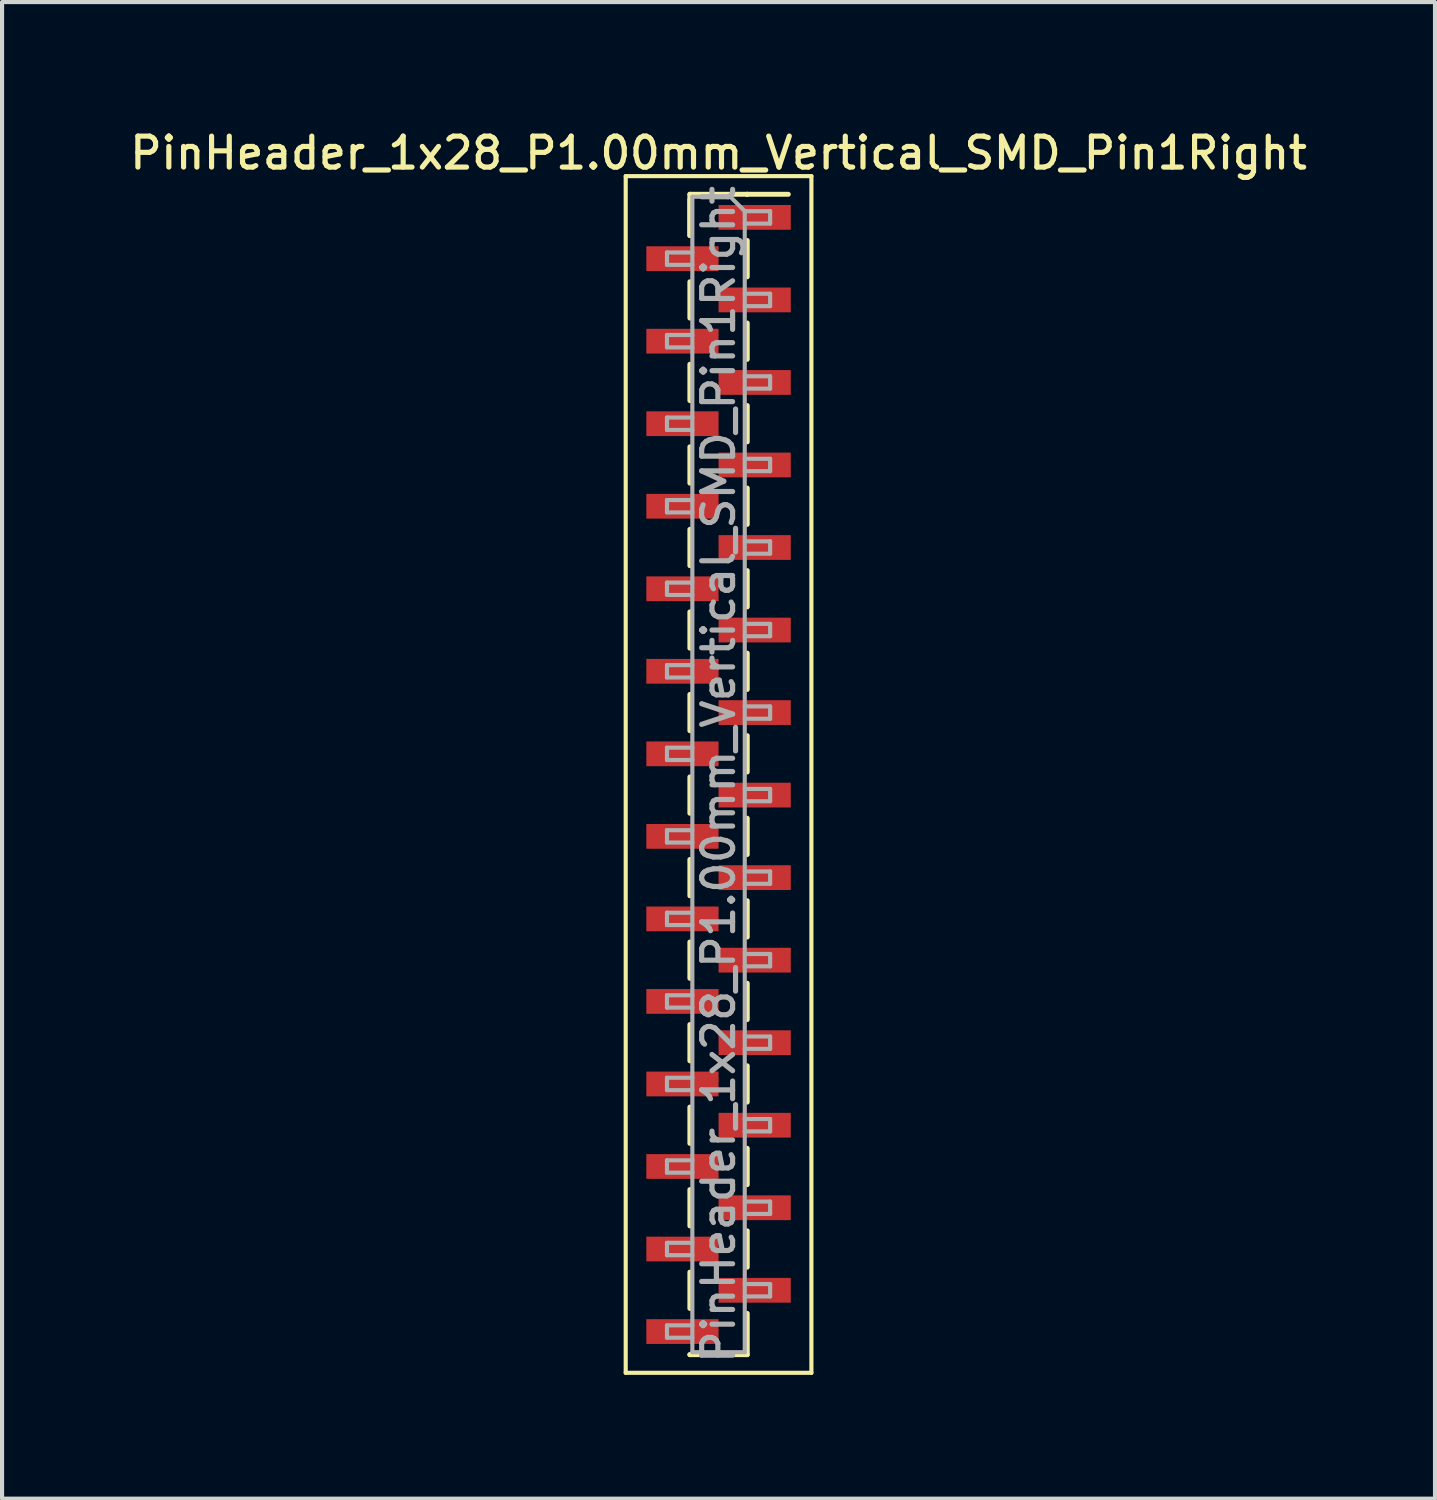
<source format=kicad_pcb>
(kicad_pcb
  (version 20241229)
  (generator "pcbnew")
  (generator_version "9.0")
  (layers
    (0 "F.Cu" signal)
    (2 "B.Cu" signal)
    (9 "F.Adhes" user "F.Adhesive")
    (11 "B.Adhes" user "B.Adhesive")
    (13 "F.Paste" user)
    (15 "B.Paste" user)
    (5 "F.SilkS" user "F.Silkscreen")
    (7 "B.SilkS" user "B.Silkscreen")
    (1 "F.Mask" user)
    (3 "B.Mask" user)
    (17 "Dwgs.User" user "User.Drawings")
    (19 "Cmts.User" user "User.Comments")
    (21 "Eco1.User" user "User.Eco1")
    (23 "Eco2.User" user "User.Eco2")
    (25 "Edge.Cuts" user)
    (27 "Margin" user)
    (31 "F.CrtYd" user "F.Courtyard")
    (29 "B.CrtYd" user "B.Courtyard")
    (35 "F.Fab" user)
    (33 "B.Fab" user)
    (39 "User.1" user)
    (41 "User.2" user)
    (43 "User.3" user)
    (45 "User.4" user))
  (footprint "PinHeader_1x28_P1.00mm_Vertical_SMD_Pin1Right"
    (layer "F.Cu")
    (at 14.363 15.718)
    (property "Reference" "PinHeader_1x28_P1.00mm_Vertical_SMD_Pin1Right" (at 0 -15.06 0) (layer "F.SilkS") (effects (font (size 0.75 0.75) (thickness 0.125))))
    (attr smd)
    (fp_line (start -2.25 -14.5) (end -2.25 14.5) (stroke (width 0.1) (type solid)) (layer "F.SilkS"))
    (fp_line (start -2.25 14.5) (end 2.25 14.5) (stroke (width 0.1) (type solid)) (layer "F.SilkS"))
    (fp_line (start -0.695 -14.06) (end -0.695 -13.06) (stroke (width 0.12) (type solid)) (layer "F.SilkS"))
    (fp_line (start -0.695 -14.06) (end 0.695 -14.06) (stroke (width 0.12) (type solid)) (layer "F.SilkS"))
    (fp_line (start -0.695 -13.94) (end -0.695 -13.06) (stroke (width 0.12) (type solid)) (layer "F.SilkS"))
    (fp_line (start -0.695 -11.94) (end -0.695 -11.06) (stroke (width 0.12) (type solid)) (layer "F.SilkS"))
    (fp_line (start -0.695 -9.94) (end -0.695 -9.06) (stroke (width 0.12) (type solid)) (layer "F.SilkS"))
    (fp_line (start -0.695 -7.94) (end -0.695 -7.06) (stroke (width 0.12) (type solid)) (layer "F.SilkS"))
    (fp_line (start -0.695 -5.94) (end -0.695 -5.06) (stroke (width 0.12) (type solid)) (layer "F.SilkS"))
    (fp_line (start -0.695 -3.94) (end -0.695 -3.06) (stroke (width 0.12) (type solid)) (layer "F.SilkS"))
    (fp_line (start -0.695 -1.94) (end -0.695 -1.06) (stroke (width 0.12) (type solid)) (layer "F.SilkS"))
    (fp_line (start -0.695 0.06) (end -0.695 0.94) (stroke (width 0.12) (type solid)) (layer "F.SilkS"))
    (fp_line (start -0.695 2.06) (end -0.695 2.94) (stroke (width 0.12) (type solid)) (layer "F.SilkS"))
    (fp_line (start -0.695 4.06) (end -0.695 4.94) (stroke (width 0.12) (type solid)) (layer "F.SilkS"))
    (fp_line (start -0.695 6.06) (end -0.695 6.94) (stroke (width 0.12) (type solid)) (layer "F.SilkS"))
    (fp_line (start -0.695 8.06) (end -0.695 8.94) (stroke (width 0.12) (type solid)) (layer "F.SilkS"))
    (fp_line (start -0.695 10.06) (end -0.695 10.94) (stroke (width 0.12) (type solid)) (layer "F.SilkS"))
    (fp_line (start -0.695 12.06) (end -0.695 12.94) (stroke (width 0.12) (type solid)) (layer "F.SilkS"))
    (fp_line (start -0.695 14.06) (end -0.695 14.06) (stroke (width 0.12) (type solid)) (layer "F.SilkS"))
    (fp_line (start -0.695 14.06) (end 0.695 14.06) (stroke (width 0.12) (type solid)) (layer "F.SilkS"))
    (fp_line (start 0.695 -14.06) (end 0.695 -14.06) (stroke (width 0.12) (type solid)) (layer "F.SilkS"))
    (fp_line (start 0.695 -14.06) (end 1.69 -14.06) (stroke (width 0.12) (type solid)) (layer "F.SilkS"))
    (fp_line (start 0.695 -12.94) (end 0.695 -12.06) (stroke (width 0.12) (type solid)) (layer "F.SilkS"))
    (fp_line (start 0.695 -10.94) (end 0.695 -10.06) (stroke (width 0.12) (type solid)) (layer "F.SilkS"))
    (fp_line (start 0.695 -8.94) (end 0.695 -8.06) (stroke (width 0.12) (type solid)) (layer "F.SilkS"))
    (fp_line (start 0.695 -6.94) (end 0.695 -6.06) (stroke (width 0.12) (type solid)) (layer "F.SilkS"))
    (fp_line (start 0.695 -4.94) (end 0.695 -4.06) (stroke (width 0.12) (type solid)) (layer "F.SilkS"))
    (fp_line (start 0.695 -2.94) (end 0.695 -2.06) (stroke (width 0.12) (type solid)) (layer "F.SilkS"))
    (fp_line (start 0.695 -0.94) (end 0.695 -0.06) (stroke (width 0.12) (type solid)) (layer "F.SilkS"))
    (fp_line (start 0.695 1.06) (end 0.695 1.94) (stroke (width 0.12) (type solid)) (layer "F.SilkS"))
    (fp_line (start 0.695 3.06) (end 0.695 3.94) (stroke (width 0.12) (type solid)) (layer "F.SilkS"))
    (fp_line (start 0.695 5.06) (end 0.695 5.94) (stroke (width 0.12) (type solid)) (layer "F.SilkS"))
    (fp_line (start 0.695 7.06) (end 0.695 7.94) (stroke (width 0.12) (type solid)) (layer "F.SilkS"))
    (fp_line (start 0.695 9.06) (end 0.695 9.94) (stroke (width 0.12) (type solid)) (layer "F.SilkS"))
    (fp_line (start 0.695 11.06) (end 0.695 11.94) (stroke (width 0.12) (type solid)) (layer "F.SilkS"))
    (fp_line (start 0.695 13.06) (end 0.695 14.06) (stroke (width 0.12) (type solid)) (layer "F.SilkS"))
    (fp_line (start 2.25 -14.5) (end -2.25 -14.5) (stroke (width 0.1) (type solid)) (layer "F.SilkS"))
    (fp_line (start 2.25 14.5) (end 2.25 -14.5) (stroke (width 0.1) (type solid)) (layer "F.SilkS"))
    (fp_line (start -1.25 -12.65) (end -1.25 -12.35) (stroke (width 0.1) (type solid)) (layer "F.Fab"))
    (fp_line (start -1.25 -12.35) (end -0.635 -12.35) (stroke (width 0.1) (type solid)) (layer "F.Fab"))
    (fp_line (start -1.25 -10.65) (end -1.25 -10.35) (stroke (width 0.1) (type solid)) (layer "F.Fab"))
    (fp_line (start -1.25 -10.35) (end -0.635 -10.35) (stroke (width 0.1) (type solid)) (layer "F.Fab"))
    (fp_line (start -1.25 -8.65) (end -1.25 -8.35) (stroke (width 0.1) (type solid)) (layer "F.Fab"))
    (fp_line (start -1.25 -8.35) (end -0.635 -8.35) (stroke (width 0.1) (type solid)) (layer "F.Fab"))
    (fp_line (start -1.25 -6.65) (end -1.25 -6.35) (stroke (width 0.1) (type solid)) (layer "F.Fab"))
    (fp_line (start -1.25 -6.35) (end -0.635 -6.35) (stroke (width 0.1) (type solid)) (layer "F.Fab"))
    (fp_line (start -1.25 -4.65) (end -1.25 -4.35) (stroke (width 0.1) (type solid)) (layer "F.Fab"))
    (fp_line (start -1.25 -4.35) (end -0.635 -4.35) (stroke (width 0.1) (type solid)) (layer "F.Fab"))
    (fp_line (start -1.25 -2.65) (end -1.25 -2.35) (stroke (width 0.1) (type solid)) (layer "F.Fab"))
    (fp_line (start -1.25 -2.35) (end -0.635 -2.35) (stroke (width 0.1) (type solid)) (layer "F.Fab"))
    (fp_line (start -1.25 -0.65) (end -1.25 -0.35) (stroke (width 0.1) (type solid)) (layer "F.Fab"))
    (fp_line (start -1.25 -0.35) (end -0.635 -0.35) (stroke (width 0.1) (type solid)) (layer "F.Fab"))
    (fp_line (start -1.25 1.35) (end -1.25 1.65) (stroke (width 0.1) (type solid)) (layer "F.Fab"))
    (fp_line (start -1.25 1.65) (end -0.635 1.65) (stroke (width 0.1) (type solid)) (layer "F.Fab"))
    (fp_line (start -1.25 3.35) (end -1.25 3.65) (stroke (width 0.1) (type solid)) (layer "F.Fab"))
    (fp_line (start -1.25 3.65) (end -0.635 3.65) (stroke (width 0.1) (type solid)) (layer "F.Fab"))
    (fp_line (start -1.25 5.35) (end -1.25 5.65) (stroke (width 0.1) (type solid)) (layer "F.Fab"))
    (fp_line (start -1.25 5.65) (end -0.635 5.65) (stroke (width 0.1) (type solid)) (layer "F.Fab"))
    (fp_line (start -1.25 7.35) (end -1.25 7.65) (stroke (width 0.1) (type solid)) (layer "F.Fab"))
    (fp_line (start -1.25 7.65) (end -0.635 7.65) (stroke (width 0.1) (type solid)) (layer "F.Fab"))
    (fp_line (start -1.25 9.35) (end -1.25 9.65) (stroke (width 0.1) (type solid)) (layer "F.Fab"))
    (fp_line (start -1.25 9.65) (end -0.635 9.65) (stroke (width 0.1) (type solid)) (layer "F.Fab"))
    (fp_line (start -1.25 11.35) (end -1.25 11.65) (stroke (width 0.1) (type solid)) (layer "F.Fab"))
    (fp_line (start -1.25 11.65) (end -0.635 11.65) (stroke (width 0.1) (type solid)) (layer "F.Fab"))
    (fp_line (start -1.25 13.35) (end -1.25 13.65) (stroke (width 0.1) (type solid)) (layer "F.Fab"))
    (fp_line (start -1.25 13.65) (end -0.635 13.65) (stroke (width 0.1) (type solid)) (layer "F.Fab"))
    (fp_line (start -0.635 -14) (end -0.635 14) (stroke (width 0.1) (type solid)) (layer "F.Fab"))
    (fp_line (start -0.635 -14) (end 0.285 -14) (stroke (width 0.1) (type solid)) (layer "F.Fab"))
    (fp_line (start -0.635 -12.65) (end -1.25 -12.65) (stroke (width 0.1) (type solid)) (layer "F.Fab"))
    (fp_line (start -0.635 -10.65) (end -1.25 -10.65) (stroke (width 0.1) (type solid)) (layer "F.Fab"))
    (fp_line (start -0.635 -8.65) (end -1.25 -8.65) (stroke (width 0.1) (type solid)) (layer "F.Fab"))
    (fp_line (start -0.635 -6.65) (end -1.25 -6.65) (stroke (width 0.1) (type solid)) (layer "F.Fab"))
    (fp_line (start -0.635 -4.65) (end -1.25 -4.65) (stroke (width 0.1) (type solid)) (layer "F.Fab"))
    (fp_line (start -0.635 -2.65) (end -1.25 -2.65) (stroke (width 0.1) (type solid)) (layer "F.Fab"))
    (fp_line (start -0.635 -0.65) (end -1.25 -0.65) (stroke (width 0.1) (type solid)) (layer "F.Fab"))
    (fp_line (start -0.635 1.35) (end -1.25 1.35) (stroke (width 0.1) (type solid)) (layer "F.Fab"))
    (fp_line (start -0.635 3.35) (end -1.25 3.35) (stroke (width 0.1) (type solid)) (layer "F.Fab"))
    (fp_line (start -0.635 5.35) (end -1.25 5.35) (stroke (width 0.1) (type solid)) (layer "F.Fab"))
    (fp_line (start -0.635 7.35) (end -1.25 7.35) (stroke (width 0.1) (type solid)) (layer "F.Fab"))
    (fp_line (start -0.635 9.35) (end -1.25 9.35) (stroke (width 0.1) (type solid)) (layer "F.Fab"))
    (fp_line (start -0.635 11.35) (end -1.25 11.35) (stroke (width 0.1) (type solid)) (layer "F.Fab"))
    (fp_line (start -0.635 13.35) (end -1.25 13.35) (stroke (width 0.1) (type solid)) (layer "F.Fab"))
    (fp_line (start 0.635 -13.65) (end 0.285 -14) (stroke (width 0.1) (type solid)) (layer "F.Fab"))
    (fp_line (start 0.635 -13.65) (end 1.25 -13.65) (stroke (width 0.1) (type solid)) (layer "F.Fab"))
    (fp_line (start 0.635 -11.65) (end 1.25 -11.65) (stroke (width 0.1) (type solid)) (layer "F.Fab"))
    (fp_line (start 0.635 -9.65) (end 1.25 -9.65) (stroke (width 0.1) (type solid)) (layer "F.Fab"))
    (fp_line (start 0.635 -7.65) (end 1.25 -7.65) (stroke (width 0.1) (type solid)) (layer "F.Fab"))
    (fp_line (start 0.635 -5.65) (end 1.25 -5.65) (stroke (width 0.1) (type solid)) (layer "F.Fab"))
    (fp_line (start 0.635 -3.65) (end 1.25 -3.65) (stroke (width 0.1) (type solid)) (layer "F.Fab"))
    (fp_line (start 0.635 -1.65) (end 1.25 -1.65) (stroke (width 0.1) (type solid)) (layer "F.Fab"))
    (fp_line (start 0.635 0.35) (end 1.25 0.35) (stroke (width 0.1) (type solid)) (layer "F.Fab"))
    (fp_line (start 0.635 2.35) (end 1.25 2.35) (stroke (width 0.1) (type solid)) (layer "F.Fab"))
    (fp_line (start 0.635 4.35) (end 1.25 4.35) (stroke (width 0.1) (type solid)) (layer "F.Fab"))
    (fp_line (start 0.635 6.35) (end 1.25 6.35) (stroke (width 0.1) (type solid)) (layer "F.Fab"))
    (fp_line (start 0.635 8.35) (end 1.25 8.35) (stroke (width 0.1) (type solid)) (layer "F.Fab"))
    (fp_line (start 0.635 10.35) (end 1.25 10.35) (stroke (width 0.1) (type solid)) (layer "F.Fab"))
    (fp_line (start 0.635 12.35) (end 1.25 12.35) (stroke (width 0.1) (type solid)) (layer "F.Fab"))
    (fp_line (start 0.635 14) (end -0.635 14) (stroke (width 0.1) (type solid)) (layer "F.Fab"))
    (fp_line (start 0.635 14) (end 0.635 -13.65) (stroke (width 0.1) (type solid)) (layer "F.Fab"))
    (fp_line (start 1.25 -13.65) (end 1.25 -13.35) (stroke (width 0.1) (type solid)) (layer "F.Fab"))
    (fp_line (start 1.25 -13.35) (end 0.635 -13.35) (stroke (width 0.1) (type solid)) (layer "F.Fab"))
    (fp_line (start 1.25 -11.65) (end 1.25 -11.35) (stroke (width 0.1) (type solid)) (layer "F.Fab"))
    (fp_line (start 1.25 -11.35) (end 0.635 -11.35) (stroke (width 0.1) (type solid)) (layer "F.Fab"))
    (fp_line (start 1.25 -9.65) (end 1.25 -9.35) (stroke (width 0.1) (type solid)) (layer "F.Fab"))
    (fp_line (start 1.25 -9.35) (end 0.635 -9.35) (stroke (width 0.1) (type solid)) (layer "F.Fab"))
    (fp_line (start 1.25 -7.65) (end 1.25 -7.35) (stroke (width 0.1) (type solid)) (layer "F.Fab"))
    (fp_line (start 1.25 -7.35) (end 0.635 -7.35) (stroke (width 0.1) (type solid)) (layer "F.Fab"))
    (fp_line (start 1.25 -5.65) (end 1.25 -5.35) (stroke (width 0.1) (type solid)) (layer "F.Fab"))
    (fp_line (start 1.25 -5.35) (end 0.635 -5.35) (stroke (width 0.1) (type solid)) (layer "F.Fab"))
    (fp_line (start 1.25 -3.65) (end 1.25 -3.35) (stroke (width 0.1) (type solid)) (layer "F.Fab"))
    (fp_line (start 1.25 -3.35) (end 0.635 -3.35) (stroke (width 0.1) (type solid)) (layer "F.Fab"))
    (fp_line (start 1.25 -1.65) (end 1.25 -1.35) (stroke (width 0.1) (type solid)) (layer "F.Fab"))
    (fp_line (start 1.25 -1.35) (end 0.635 -1.35) (stroke (width 0.1) (type solid)) (layer "F.Fab"))
    (fp_line (start 1.25 0.35) (end 1.25 0.65) (stroke (width 0.1) (type solid)) (layer "F.Fab"))
    (fp_line (start 1.25 0.65) (end 0.635 0.65) (stroke (width 0.1) (type solid)) (layer "F.Fab"))
    (fp_line (start 1.25 2.35) (end 1.25 2.65) (stroke (width 0.1) (type solid)) (layer "F.Fab"))
    (fp_line (start 1.25 2.65) (end 0.635 2.65) (stroke (width 0.1) (type solid)) (layer "F.Fab"))
    (fp_line (start 1.25 4.35) (end 1.25 4.65) (stroke (width 0.1) (type solid)) (layer "F.Fab"))
    (fp_line (start 1.25 4.65) (end 0.635 4.65) (stroke (width 0.1) (type solid)) (layer "F.Fab"))
    (fp_line (start 1.25 6.35) (end 1.25 6.65) (stroke (width 0.1) (type solid)) (layer "F.Fab"))
    (fp_line (start 1.25 6.65) (end 0.635 6.65) (stroke (width 0.1) (type solid)) (layer "F.Fab"))
    (fp_line (start 1.25 8.35) (end 1.25 8.65) (stroke (width 0.1) (type solid)) (layer "F.Fab"))
    (fp_line (start 1.25 8.65) (end 0.635 8.65) (stroke (width 0.1) (type solid)) (layer "F.Fab"))
    (fp_line (start 1.25 10.35) (end 1.25 10.65) (stroke (width 0.1) (type solid)) (layer "F.Fab"))
    (fp_line (start 1.25 10.65) (end 0.635 10.65) (stroke (width 0.1) (type solid)) (layer "F.Fab"))
    (fp_line (start 1.25 12.35) (end 1.25 12.65) (stroke (width 0.1) (type solid)) (layer "F.Fab"))
    (fp_line (start 1.25 12.65) (end 0.635 12.65) (stroke (width 0.1) (type solid)) (layer "F.Fab"))
    (fp_text user "${REFERENCE}" (at 0 0 90) (layer "F.Fab") (effects (font (size 0.75 0.75) (thickness 0.125))))
    (pad "1" smd rect (at 0.875 -13.5) (size 1.75 0.6) (layers "F.Cu" "F.Mask" "F.Paste"))
    (pad "2" smd rect (at -0.875 -12.5) (size 1.75 0.6) (layers "F.Cu" "F.Mask" "F.Paste"))
    (pad "3" smd rect (at 0.875 -11.5) (size 1.75 0.6) (layers "F.Cu" "F.Mask" "F.Paste"))
    (pad "4" smd rect (at -0.875 -10.5) (size 1.75 0.6) (layers "F.Cu" "F.Mask" "F.Paste"))
    (pad "5" smd rect (at 0.875 -9.5) (size 1.75 0.6) (layers "F.Cu" "F.Mask" "F.Paste"))
    (pad "6" smd rect (at -0.875 -8.5) (size 1.75 0.6) (layers "F.Cu" "F.Mask" "F.Paste"))
    (pad "7" smd rect (at 0.875 -7.5) (size 1.75 0.6) (layers "F.Cu" "F.Mask" "F.Paste"))
    (pad "8" smd rect (at -0.875 -6.5) (size 1.75 0.6) (layers "F.Cu" "F.Mask" "F.Paste"))
    (pad "9" smd rect (at 0.875 -5.5) (size 1.75 0.6) (layers "F.Cu" "F.Mask" "F.Paste"))
    (pad "10" smd rect (at -0.875 -4.5) (size 1.75 0.6) (layers "F.Cu" "F.Mask" "F.Paste"))
    (pad "11" smd rect (at 0.875 -3.5) (size 1.75 0.6) (layers "F.Cu" "F.Mask" "F.Paste"))
    (pad "12" smd rect (at -0.875 -2.5) (size 1.75 0.6) (layers "F.Cu" "F.Mask" "F.Paste"))
    (pad "13" smd rect (at 0.875 -1.5) (size 1.75 0.6) (layers "F.Cu" "F.Mask" "F.Paste"))
    (pad "14" smd rect (at -0.875 -0.5) (size 1.75 0.6) (layers "F.Cu" "F.Mask" "F.Paste"))
    (pad "15" smd rect (at 0.875 0.5) (size 1.75 0.6) (layers "F.Cu" "F.Mask" "F.Paste"))
    (pad "16" smd rect (at -0.875 1.5) (size 1.75 0.6) (layers "F.Cu" "F.Mask" "F.Paste"))
    (pad "17" smd rect (at 0.875 2.5) (size 1.75 0.6) (layers "F.Cu" "F.Mask" "F.Paste"))
    (pad "18" smd rect (at -0.875 3.5) (size 1.75 0.6) (layers "F.Cu" "F.Mask" "F.Paste"))
    (pad "19" smd rect (at 0.875 4.5) (size 1.75 0.6) (layers "F.Cu" "F.Mask" "F.Paste"))
    (pad "20" smd rect (at -0.875 5.5) (size 1.75 0.6) (layers "F.Cu" "F.Mask" "F.Paste"))
    (pad "21" smd rect (at 0.875 6.5) (size 1.75 0.6) (layers "F.Cu" "F.Mask" "F.Paste"))
    (pad "22" smd rect (at -0.875 7.5) (size 1.75 0.6) (layers "F.Cu" "F.Mask" "F.Paste"))
    (pad "23" smd rect (at 0.875 8.5) (size 1.75 0.6) (layers "F.Cu" "F.Mask" "F.Paste"))
    (pad "24" smd rect (at -0.875 9.5) (size 1.75 0.6) (layers "F.Cu" "F.Mask" "F.Paste"))
    (pad "25" smd rect (at 0.875 10.5) (size 1.75 0.6) (layers "F.Cu" "F.Mask" "F.Paste"))
    (pad "26" smd rect (at -0.875 11.5) (size 1.75 0.6) (layers "F.Cu" "F.Mask" "F.Paste"))
    (pad "27" smd rect (at 0.875 12.5) (size 1.75 0.6) (layers "F.Cu" "F.Mask" "F.Paste"))
    (pad "28" smd rect (at -0.875 13.5) (size 1.75 0.6) (layers "F.Cu" "F.Mask" "F.Paste")))
  (gr_rect
    (start -3 -3)
    (end 31.725 33.268)
    (stroke (width 0.1) (type default))
    (fill no)
    (layer "Edge.Cuts")))
</source>
